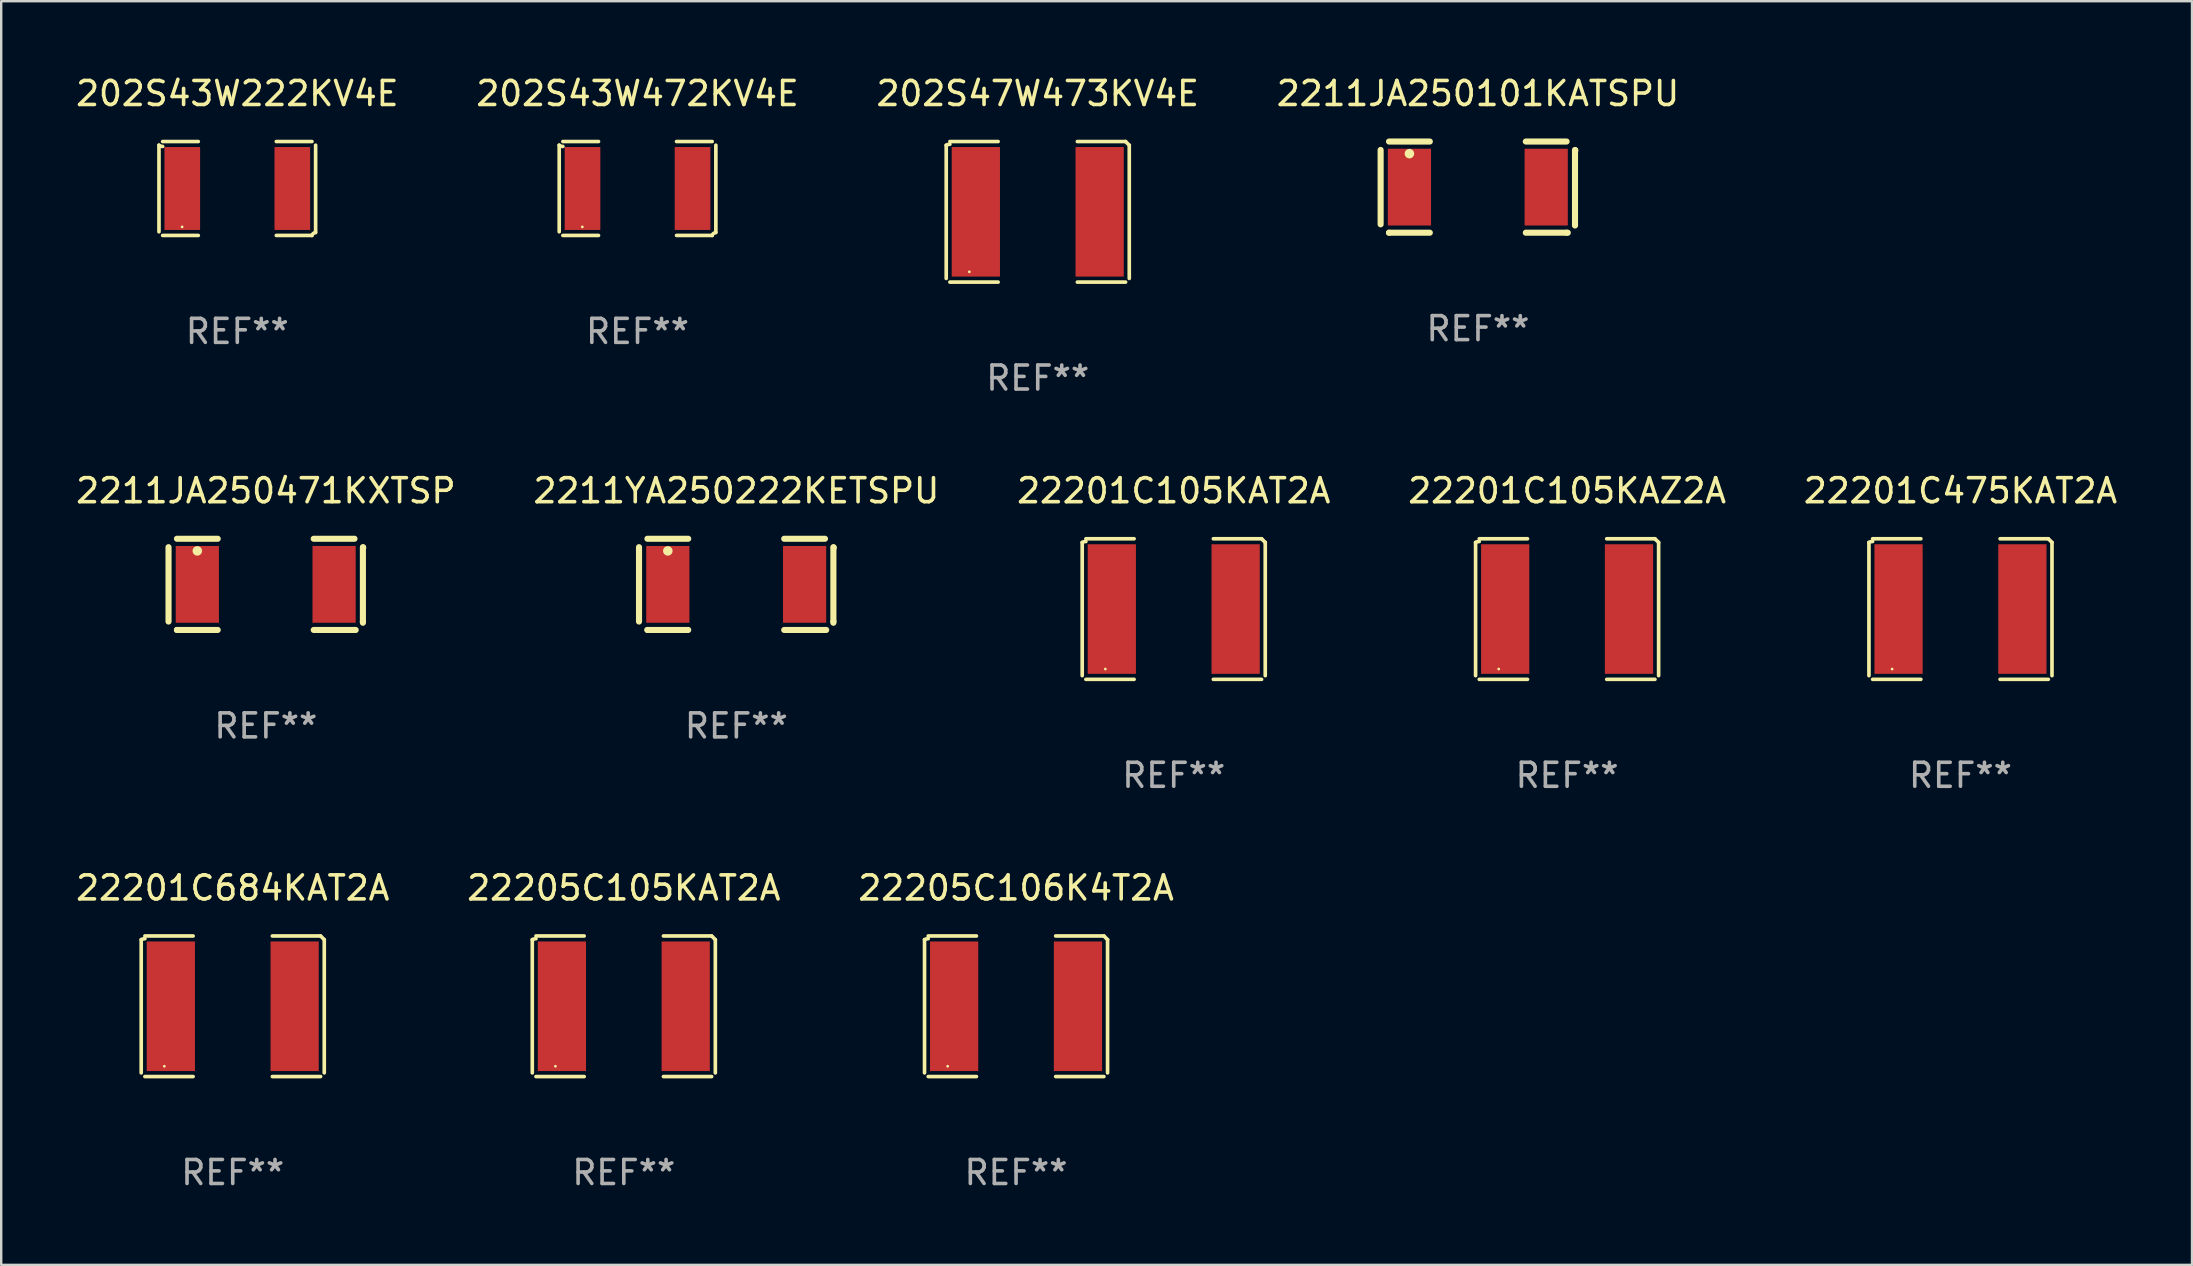
<source format=kicad_pcb>
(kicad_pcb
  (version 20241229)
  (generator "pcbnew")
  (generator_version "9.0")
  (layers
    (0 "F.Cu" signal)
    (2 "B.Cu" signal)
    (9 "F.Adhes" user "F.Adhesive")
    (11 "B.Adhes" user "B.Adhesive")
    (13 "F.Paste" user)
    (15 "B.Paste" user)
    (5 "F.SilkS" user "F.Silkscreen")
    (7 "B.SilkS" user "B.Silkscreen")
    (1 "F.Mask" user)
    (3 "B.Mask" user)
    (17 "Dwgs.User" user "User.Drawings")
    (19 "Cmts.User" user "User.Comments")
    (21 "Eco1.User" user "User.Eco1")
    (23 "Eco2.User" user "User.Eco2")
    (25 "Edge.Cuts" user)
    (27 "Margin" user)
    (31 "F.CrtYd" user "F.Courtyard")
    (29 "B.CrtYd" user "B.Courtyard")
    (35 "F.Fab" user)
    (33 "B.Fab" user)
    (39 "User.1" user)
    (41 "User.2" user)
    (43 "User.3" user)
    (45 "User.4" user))
  (footprint "22201C105KAT2A"
    (layer "F.Cu")
    (at 45.863 22.331)
    (property "Reference" "22201C105KAT2A" (at 0 -4.929 0) (layer "F.SilkS") (effects (font (size 1 1) (thickness 0.15))))
    (attr through_hole)
    (fp_line (start -3.814 2.776) (end -3.814 -2.776) (stroke (width 0.152) (type solid)) (layer "F.SilkS"))
    (fp_line (start -3.661 -2.929) (end -1.651 -2.929) (stroke (width 0.152) (type solid)) (layer "F.SilkS"))
    (fp_line (start -1.651 2.929) (end -3.661 2.929) (stroke (width 0.152) (type solid)) (layer "F.SilkS"))
    (fp_line (start 1.651 2.929) (end 3.661 2.929) (stroke (width 0.152) (type solid)) (layer "F.SilkS"))
    (fp_line (start 3.661 -2.929) (end 1.651 -2.929) (stroke (width 0.152) (type solid)) (layer "F.SilkS"))
    (fp_line (start 3.814 2.776) (end 3.814 -2.776) (stroke (width 0.152) (type solid)) (layer "F.SilkS"))
    (fp_arc (start -3.813614 -2.7762) (mid -3.739925 -2.805625) (end -3.661214 -2.815646) (stroke (width 0.1524) (type solid)) (layer "F.SilkS"))
    (fp_arc (start 3.661214 -2.9286) (mid 3.737425 -2.852411) (end 3.813614 -2.7762) (stroke (width 0.1524) (type solid)) (layer "F.SilkS"))
    (fp_circle (center -2.85 2.5) (end -2.82 2.5) (stroke (width 0.06) (type solid)) (fill no) (layer "F.SilkS"))
    (fp_text user "REF**" (at 0 6.929 0) (layer "F.Fab") (effects (font (size 1 1) (thickness 0.15))))
    (pad "1" smd rect (at -2.58 0) (size 2.01 5.4) (layers "F.Cu" "F.Mask" "F.Paste"))
    (pad "2" smd rect (at 2.58 0) (size 2.01 5.4) (layers "F.Cu" "F.Mask" "F.Paste")))
  (footprint "2211JA250101KATSPU"
    (layer "F.Cu")
    (at 58.542 4.748)
    (property "Reference" "2211JA250101KATSPU" (at 0 -3.9 0) (layer "F.SilkS") (effects (font (size 1 1) (thickness 0.15))))
    (attr through_hole)
    (fp_line (start -4.057 -1.55) (end -4.057 1.55) (stroke (width 0.254) (type solid)) (layer "F.SilkS"))
    (fp_line (start -3.707 1.9) (end -3.707 1.9) (stroke (width 0.254) (type solid)) (layer "F.SilkS"))
    (fp_line (start -2.007 -1.9) (end -3.707 -1.9) (stroke (width 0.254) (type solid)) (layer "F.SilkS"))
    (fp_line (start -2.007 1.9) (end -3.707 1.9) (stroke (width 0.254) (type solid)) (layer "F.SilkS"))
    (fp_line (start 1.993 -1.9) (end 3.693 -1.9) (stroke (width 0.254) (type solid)) (layer "F.SilkS"))
    (fp_line (start 1.993 1.9) (end 3.693 1.9) (stroke (width 0.254) (type solid)) (layer "F.SilkS"))
    (fp_line (start 3.743 1.9) (end 3.693 1.9) (stroke (width 0.254) (type solid)) (layer "F.SilkS"))
    (fp_line (start 4.043 -1.55) (end 4.043 1.55) (stroke (width 0.254) (type solid)) (layer "F.SilkS"))
    (fp_line (start 4.043 1.6) (end 4.043 1.55) (stroke (width 0.254) (type solid)) (layer "F.SilkS"))
    (fp_line (start 4.057 -1.536) (end 4.057 -1.524) (stroke (width 0.254) (type solid)) (layer "F.SilkS"))
    (fp_circle (center -2.857 -1.395) (end -2.757 -1.395) (stroke (width 0.2) (type solid)) (fill no) (layer "F.SilkS"))
    (fp_text user "REF**" (at 0 5.9 0) (layer "F.Fab") (effects (font (size 1 1) (thickness 0.15))))
    (pad "1" smd rect (at -2.857 0 90) (size 3.2 1.8) (layers "F.Cu" "F.Mask" "F.Paste"))
    (pad "2" smd rect (at 2.843 0 90) (size 3.2 1.8) (layers "F.Cu" "F.Mask" "F.Paste")))
  (footprint "22201C105KAZ2A"
    (layer "F.Cu")
    (at 62.256 22.331)
    (property "Reference" "22201C105KAZ2A" (at 0 -4.929 0) (layer "F.SilkS") (effects (font (size 1 1) (thickness 0.15))))
    (attr through_hole)
    (fp_line (start -3.814 2.776) (end -3.814 -2.776) (stroke (width 0.152) (type solid)) (layer "F.SilkS"))
    (fp_line (start -3.661 -2.929) (end -1.651 -2.929) (stroke (width 0.152) (type solid)) (layer "F.SilkS"))
    (fp_line (start -1.651 2.929) (end -3.661 2.929) (stroke (width 0.152) (type solid)) (layer "F.SilkS"))
    (fp_line (start 1.651 2.929) (end 3.661 2.929) (stroke (width 0.152) (type solid)) (layer "F.SilkS"))
    (fp_line (start 3.661 -2.929) (end 1.651 -2.929) (stroke (width 0.152) (type solid)) (layer "F.SilkS"))
    (fp_line (start 3.814 2.776) (end 3.814 -2.776) (stroke (width 0.152) (type solid)) (layer "F.SilkS"))
    (fp_arc (start -3.813614 -2.7762) (mid -3.739925 -2.805625) (end -3.661214 -2.815646) (stroke (width 0.1524) (type solid)) (layer "F.SilkS"))
    (fp_arc (start 3.661214 -2.9286) (mid 3.737425 -2.852411) (end 3.813614 -2.7762) (stroke (width 0.1524) (type solid)) (layer "F.SilkS"))
    (fp_circle (center -2.85 2.5) (end -2.82 2.5) (stroke (width 0.06) (type solid)) (fill no) (layer "F.SilkS"))
    (fp_text user "REF**" (at 0 6.929 0) (layer "F.Fab") (effects (font (size 1 1) (thickness 0.15))))
    (pad "1" smd rect (at -2.58 0) (size 2.01 5.4) (layers "F.Cu" "F.Mask" "F.Paste"))
    (pad "2" smd rect (at 2.58 0) (size 2.01 5.4) (layers "F.Cu" "F.Mask" "F.Paste")))
  (footprint "2211JA250471KXTSP"
    (layer "F.Cu")
    (at 8.03 21.302)
    (property "Reference" "2211JA250471KXTSP" (at 0 -3.9 0) (layer "F.SilkS") (effects (font (size 1 1) (thickness 0.15))))
    (attr through_hole)
    (fp_line (start -4.057 -1.55) (end -4.057 1.55) (stroke (width 0.254) (type solid)) (layer "F.SilkS"))
    (fp_line (start -3.707 1.9) (end -3.707 1.9) (stroke (width 0.254) (type solid)) (layer "F.SilkS"))
    (fp_line (start -2.007 -1.9) (end -3.707 -1.9) (stroke (width 0.254) (type solid)) (layer "F.SilkS"))
    (fp_line (start -2.007 1.9) (end -3.707 1.9) (stroke (width 0.254) (type solid)) (layer "F.SilkS"))
    (fp_line (start 1.993 -1.9) (end 3.693 -1.9) (stroke (width 0.254) (type solid)) (layer "F.SilkS"))
    (fp_line (start 1.993 1.9) (end 3.693 1.9) (stroke (width 0.254) (type solid)) (layer "F.SilkS"))
    (fp_line (start 3.743 1.9) (end 3.693 1.9) (stroke (width 0.254) (type solid)) (layer "F.SilkS"))
    (fp_line (start 4.043 -1.55) (end 4.043 1.55) (stroke (width 0.254) (type solid)) (layer "F.SilkS"))
    (fp_line (start 4.043 1.6) (end 4.043 1.55) (stroke (width 0.254) (type solid)) (layer "F.SilkS"))
    (fp_line (start 4.057 -1.536) (end 4.057 -1.524) (stroke (width 0.254) (type solid)) (layer "F.SilkS"))
    (fp_circle (center -2.857 -1.395) (end -2.757 -1.395) (stroke (width 0.2) (type solid)) (fill no) (layer "F.SilkS"))
    (fp_text user "REF**" (at 0 5.9 0) (layer "F.Fab") (effects (font (size 1 1) (thickness 0.15))))
    (pad "1" smd rect (at -2.857 0 90) (size 3.2 1.8) (layers "F.Cu" "F.Mask" "F.Paste"))
    (pad "2" smd rect (at 2.843 0 90) (size 3.2 1.8) (layers "F.Cu" "F.Mask" "F.Paste")))
  (footprint "2211YA250222KETSPU"
    (layer "F.Cu")
    (at 27.637 21.302)
    (property "Reference" "2211YA250222KETSPU" (at 0 -3.9 0) (layer "F.SilkS") (effects (font (size 1 1) (thickness 0.15))))
    (attr through_hole)
    (fp_line (start -4.057 -1.55) (end -4.057 1.55) (stroke (width 0.254) (type solid)) (layer "F.SilkS"))
    (fp_line (start -3.707 1.9) (end -3.707 1.9) (stroke (width 0.254) (type solid)) (layer "F.SilkS"))
    (fp_line (start -2.007 -1.9) (end -3.707 -1.9) (stroke (width 0.254) (type solid)) (layer "F.SilkS"))
    (fp_line (start -2.007 1.9) (end -3.707 1.9) (stroke (width 0.254) (type solid)) (layer "F.SilkS"))
    (fp_line (start 1.993 -1.9) (end 3.693 -1.9) (stroke (width 0.254) (type solid)) (layer "F.SilkS"))
    (fp_line (start 1.993 1.9) (end 3.693 1.9) (stroke (width 0.254) (type solid)) (layer "F.SilkS"))
    (fp_line (start 3.743 1.9) (end 3.693 1.9) (stroke (width 0.254) (type solid)) (layer "F.SilkS"))
    (fp_line (start 4.043 -1.55) (end 4.043 1.55) (stroke (width 0.254) (type solid)) (layer "F.SilkS"))
    (fp_line (start 4.043 1.6) (end 4.043 1.55) (stroke (width 0.254) (type solid)) (layer "F.SilkS"))
    (fp_line (start 4.057 -1.536) (end 4.057 -1.524) (stroke (width 0.254) (type solid)) (layer "F.SilkS"))
    (fp_circle (center -2.857 -1.395) (end -2.757 -1.395) (stroke (width 0.2) (type solid)) (fill no) (layer "F.SilkS"))
    (fp_text user "REF**" (at 0 5.9 0) (layer "F.Fab") (effects (font (size 1 1) (thickness 0.15))))
    (pad "1" smd rect (at -2.857 0 90) (size 3.2 1.8) (layers "F.Cu" "F.Mask" "F.Paste"))
    (pad "2" smd rect (at 2.843 0 90) (size 3.2 1.8) (layers "F.Cu" "F.Mask" "F.Paste")))
  (footprint "22205C106K4T2A"
    (layer "F.Cu")
    (at 39.292 38.884)
    (property "Reference" "22205C106K4T2A" (at 0 -4.929 0) (layer "F.SilkS") (effects (font (size 1 1) (thickness 0.15))))
    (attr through_hole)
    (fp_line (start -3.814 2.776) (end -3.814 -2.776) (stroke (width 0.152) (type solid)) (layer "F.SilkS"))
    (fp_line (start -3.661 -2.929) (end -1.651 -2.929) (stroke (width 0.152) (type solid)) (layer "F.SilkS"))
    (fp_line (start -1.651 2.929) (end -3.661 2.929) (stroke (width 0.152) (type solid)) (layer "F.SilkS"))
    (fp_line (start 1.651 2.929) (end 3.661 2.929) (stroke (width 0.152) (type solid)) (layer "F.SilkS"))
    (fp_line (start 3.661 -2.929) (end 1.651 -2.929) (stroke (width 0.152) (type solid)) (layer "F.SilkS"))
    (fp_line (start 3.814 2.776) (end 3.814 -2.776) (stroke (width 0.152) (type solid)) (layer "F.SilkS"))
    (fp_arc (start -3.813614 -2.7762) (mid -3.739925 -2.805625) (end -3.661214 -2.815646) (stroke (width 0.1524) (type solid)) (layer "F.SilkS"))
    (fp_arc (start 3.661214 -2.9286) (mid 3.737425 -2.852411) (end 3.813614 -2.7762) (stroke (width 0.1524) (type solid)) (layer "F.SilkS"))
    (fp_circle (center -2.85 2.5) (end -2.82 2.5) (stroke (width 0.06) (type solid)) (fill no) (layer "F.SilkS"))
    (fp_text user "REF**" (at 0 6.929 0) (layer "F.Fab") (effects (font (size 1 1) (thickness 0.15))))
    (pad "1" smd rect (at -2.58 0) (size 2.01 5.4) (layers "F.Cu" "F.Mask" "F.Paste"))
    (pad "2" smd rect (at 2.58 0) (size 2.01 5.4) (layers "F.Cu" "F.Mask" "F.Paste")))
  (footprint "202S43W222KV4E"
    (layer "F.Cu")
    (at 6.839 4.805)
    (property "Reference" "202S43W222KV4E" (at 0 -3.957 0) (layer "F.SilkS") (effects (font (size 1 1) (thickness 0.15))))
    (attr through_hole)
    (fp_line (start -3.264 1.804) (end -3.264 -1.804) (stroke (width 0.152) (type solid)) (layer "F.SilkS"))
    (fp_line (start -3.111 -1.957) (end -1.626 -1.957) (stroke (width 0.152) (type solid)) (layer "F.SilkS"))
    (fp_line (start -1.626 1.957) (end -3.111 1.957) (stroke (width 0.152) (type solid)) (layer "F.SilkS"))
    (fp_line (start 1.626 1.957) (end 3.111 1.957) (stroke (width 0.152) (type solid)) (layer "F.SilkS"))
    (fp_line (start 3.111 -1.957) (end 1.626 -1.957) (stroke (width 0.152) (type solid)) (layer "F.SilkS"))
    (fp_line (start 3.264 1.804) (end 3.264 -1.804) (stroke (width 0.152) (type solid)) (layer "F.SilkS"))
    (fp_arc (start -3.111202 -1.752192) (mid -3.191715 -1.76555) (end -3.263602 -1.804191) (stroke (width 0.1524) (type solid)) (layer "F.SilkS"))
    (fp_arc (start 3.111201 1.956591) (mid 3.167789 1.872777) (end 3.263602 1.840424) (stroke (width 0.1524) (type solid)) (layer "F.SilkS"))
    (fp_circle (center -2.3 1.6) (end -2.27 1.6) (stroke (width 0.06) (type solid)) (fill no) (layer "F.SilkS"))
    (fp_text user "REF**" (at 0 5.957 0) (layer "F.Fab") (effects (font (size 1 1) (thickness 0.15))))
    (pad "1" smd rect (at -2.293 0) (size 1.485 3.456) (layers "F.Cu" "F.Mask" "F.Paste"))
    (pad "2" smd rect (at 2.293 0) (size 1.485 3.456) (layers "F.Cu" "F.Mask" "F.Paste")))
  (footprint "202S47W473KV4E"
    (layer "F.Cu")
    (at 40.196 5.777)
    (property "Reference" "202S47W473KV4E" (at 0 -4.929 0) (layer "F.SilkS") (effects (font (size 1 1) (thickness 0.15))))
    (attr through_hole)
    (fp_line (start -3.814 2.776) (end -3.814 -2.776) (stroke (width 0.152) (type solid)) (layer "F.SilkS"))
    (fp_line (start -3.661 -2.929) (end -1.651 -2.929) (stroke (width 0.152) (type solid)) (layer "F.SilkS"))
    (fp_line (start -1.651 2.929) (end -3.661 2.929) (stroke (width 0.152) (type solid)) (layer "F.SilkS"))
    (fp_line (start 1.651 2.929) (end 3.661 2.929) (stroke (width 0.152) (type solid)) (layer "F.SilkS"))
    (fp_line (start 3.661 -2.929) (end 1.651 -2.929) (stroke (width 0.152) (type solid)) (layer "F.SilkS"))
    (fp_line (start 3.814 2.776) (end 3.814 -2.776) (stroke (width 0.152) (type solid)) (layer "F.SilkS"))
    (fp_arc (start -3.813614 -2.7762) (mid -3.739925 -2.805625) (end -3.661214 -2.815646) (stroke (width 0.1524) (type solid)) (layer "F.SilkS"))
    (fp_arc (start 3.661214 -2.9286) (mid 3.737425 -2.852411) (end 3.813614 -2.7762) (stroke (width 0.1524) (type solid)) (layer "F.SilkS"))
    (fp_circle (center -2.85 2.5) (end -2.82 2.5) (stroke (width 0.06) (type solid)) (fill no) (layer "F.SilkS"))
    (fp_text user "REF**" (at 0 6.929 0) (layer "F.Fab") (effects (font (size 1 1) (thickness 0.15))))
    (pad "1" smd rect (at -2.58 0) (size 2.01 5.4) (layers "F.Cu" "F.Mask" "F.Paste"))
    (pad "2" smd rect (at 2.58 0) (size 2.01 5.4) (layers "F.Cu" "F.Mask" "F.Paste")))
  (footprint "202S43W472KV4E"
    (layer "F.Cu")
    (at 23.518 4.805)
    (property "Reference" "202S43W472KV4E" (at 0 -3.957 0) (layer "F.SilkS") (effects (font (size 1 1) (thickness 0.15))))
    (attr through_hole)
    (fp_line (start -3.264 1.804) (end -3.264 -1.804) (stroke (width 0.152) (type solid)) (layer "F.SilkS"))
    (fp_line (start -3.111 -1.957) (end -1.626 -1.957) (stroke (width 0.152) (type solid)) (layer "F.SilkS"))
    (fp_line (start -1.626 1.957) (end -3.111 1.957) (stroke (width 0.152) (type solid)) (layer "F.SilkS"))
    (fp_line (start 1.626 1.957) (end 3.111 1.957) (stroke (width 0.152) (type solid)) (layer "F.SilkS"))
    (fp_line (start 3.111 -1.957) (end 1.626 -1.957) (stroke (width 0.152) (type solid)) (layer "F.SilkS"))
    (fp_line (start 3.264 1.804) (end 3.264 -1.804) (stroke (width 0.152) (type solid)) (layer "F.SilkS"))
    (fp_arc (start -3.111202 -1.752192) (mid -3.191715 -1.76555) (end -3.263602 -1.804191) (stroke (width 0.1524) (type solid)) (layer "F.SilkS"))
    (fp_arc (start 3.111201 1.956591) (mid 3.167789 1.872777) (end 3.263602 1.840424) (stroke (width 0.1524) (type solid)) (layer "F.SilkS"))
    (fp_circle (center -2.3 1.6) (end -2.27 1.6) (stroke (width 0.06) (type solid)) (fill no) (layer "F.SilkS"))
    (fp_text user "REF**" (at 0 5.957 0) (layer "F.Fab") (effects (font (size 1 1) (thickness 0.15))))
    (pad "1" smd rect (at -2.293 0) (size 1.485 3.456) (layers "F.Cu" "F.Mask" "F.Paste"))
    (pad "2" smd rect (at 2.293 0) (size 1.485 3.456) (layers "F.Cu" "F.Mask" "F.Paste")))
  (footprint "22205C105KAT2A"
    (layer "F.Cu")
    (at 22.946 38.884)
    (property "Reference" "22205C105KAT2A" (at 0 -4.929 0) (layer "F.SilkS") (effects (font (size 1 1) (thickness 0.15))))
    (attr through_hole)
    (fp_line (start -3.814 2.776) (end -3.814 -2.776) (stroke (width 0.152) (type solid)) (layer "F.SilkS"))
    (fp_line (start -3.661 -2.929) (end -1.651 -2.929) (stroke (width 0.152) (type solid)) (layer "F.SilkS"))
    (fp_line (start -1.651 2.929) (end -3.661 2.929) (stroke (width 0.152) (type solid)) (layer "F.SilkS"))
    (fp_line (start 1.651 2.929) (end 3.661 2.929) (stroke (width 0.152) (type solid)) (layer "F.SilkS"))
    (fp_line (start 3.661 -2.929) (end 1.651 -2.929) (stroke (width 0.152) (type solid)) (layer "F.SilkS"))
    (fp_line (start 3.814 2.776) (end 3.814 -2.776) (stroke (width 0.152) (type solid)) (layer "F.SilkS"))
    (fp_arc (start -3.813614 -2.7762) (mid -3.739925 -2.805625) (end -3.661214 -2.815646) (stroke (width 0.1524) (type solid)) (layer "F.SilkS"))
    (fp_arc (start 3.661214 -2.9286) (mid 3.737425 -2.852411) (end 3.813614 -2.7762) (stroke (width 0.1524) (type solid)) (layer "F.SilkS"))
    (fp_circle (center -2.85 2.5) (end -2.82 2.5) (stroke (width 0.06) (type solid)) (fill no) (layer "F.SilkS"))
    (fp_text user "REF**" (at 0 6.929 0) (layer "F.Fab") (effects (font (size 1 1) (thickness 0.15))))
    (pad "1" smd rect (at -2.58 0) (size 2.01 5.4) (layers "F.Cu" "F.Mask" "F.Paste"))
    (pad "2" smd rect (at 2.58 0) (size 2.01 5.4) (layers "F.Cu" "F.Mask" "F.Paste")))
  (footprint "22201C475KAT2A"
    (layer "F.Cu")
    (at 78.649 22.331)
    (property "Reference" "22201C475KAT2A" (at 0 -4.929 0) (layer "F.SilkS") (effects (font (size 1 1) (thickness 0.15))))
    (attr through_hole)
    (fp_line (start -3.814 2.776) (end -3.814 -2.776) (stroke (width 0.152) (type solid)) (layer "F.SilkS"))
    (fp_line (start -3.661 -2.929) (end -1.651 -2.929) (stroke (width 0.152) (type solid)) (layer "F.SilkS"))
    (fp_line (start -1.651 2.929) (end -3.661 2.929) (stroke (width 0.152) (type solid)) (layer "F.SilkS"))
    (fp_line (start 1.651 2.929) (end 3.661 2.929) (stroke (width 0.152) (type solid)) (layer "F.SilkS"))
    (fp_line (start 3.661 -2.929) (end 1.651 -2.929) (stroke (width 0.152) (type solid)) (layer "F.SilkS"))
    (fp_line (start 3.814 2.776) (end 3.814 -2.776) (stroke (width 0.152) (type solid)) (layer "F.SilkS"))
    (fp_arc (start -3.813614 -2.7762) (mid -3.739925 -2.805625) (end -3.661214 -2.815646) (stroke (width 0.1524) (type solid)) (layer "F.SilkS"))
    (fp_arc (start 3.661214 -2.9286) (mid 3.737425 -2.852411) (end 3.813614 -2.7762) (stroke (width 0.1524) (type solid)) (layer "F.SilkS"))
    (fp_circle (center -2.85 2.5) (end -2.82 2.5) (stroke (width 0.06) (type solid)) (fill no) (layer "F.SilkS"))
    (fp_text user "REF**" (at 0 6.929 0) (layer "F.Fab") (effects (font (size 1 1) (thickness 0.15))))
    (pad "1" smd rect (at -2.58 0) (size 2.01 5.4) (layers "F.Cu" "F.Mask" "F.Paste"))
    (pad "2" smd rect (at 2.58 0) (size 2.01 5.4) (layers "F.Cu" "F.Mask" "F.Paste")))
  (footprint "22201C684KAT2A"
    (layer "F.Cu")
    (at 6.649 38.884)
    (property "Reference" "22201C684KAT2A" (at 0 -4.929 0) (layer "F.SilkS") (effects (font (size 1 1) (thickness 0.15))))
    (attr through_hole)
    (fp_line (start -3.814 2.776) (end -3.814 -2.776) (stroke (width 0.152) (type solid)) (layer "F.SilkS"))
    (fp_line (start -3.661 -2.929) (end -1.651 -2.929) (stroke (width 0.152) (type solid)) (layer "F.SilkS"))
    (fp_line (start -1.651 2.929) (end -3.661 2.929) (stroke (width 0.152) (type solid)) (layer "F.SilkS"))
    (fp_line (start 1.651 2.929) (end 3.661 2.929) (stroke (width 0.152) (type solid)) (layer "F.SilkS"))
    (fp_line (start 3.661 -2.929) (end 1.651 -2.929) (stroke (width 0.152) (type solid)) (layer "F.SilkS"))
    (fp_line (start 3.814 2.776) (end 3.814 -2.776) (stroke (width 0.152) (type solid)) (layer "F.SilkS"))
    (fp_arc (start -3.813614 -2.7762) (mid -3.739925 -2.805625) (end -3.661214 -2.815646) (stroke (width 0.1524) (type solid)) (layer "F.SilkS"))
    (fp_arc (start 3.661214 -2.9286) (mid 3.737425 -2.852411) (end 3.813614 -2.7762) (stroke (width 0.1524) (type solid)) (layer "F.SilkS"))
    (fp_circle (center -2.85 2.5) (end -2.82 2.5) (stroke (width 0.06) (type solid)) (fill no) (layer "F.SilkS"))
    (fp_text user "REF**" (at 0 6.929 0) (layer "F.Fab") (effects (font (size 1 1) (thickness 0.15))))
    (pad "1" smd rect (at -2.58 0) (size 2.01 5.4) (layers "F.Cu" "F.Mask" "F.Paste"))
    (pad "2" smd rect (at 2.58 0) (size 2.01 5.4) (layers "F.Cu" "F.Mask" "F.Paste")))
  (gr_rect
    (start -3 -3)
    (end 88.298 49.661)
    (stroke (width 0.1) (type default))
    (fill no)
    (layer "Edge.Cuts")))
</source>
